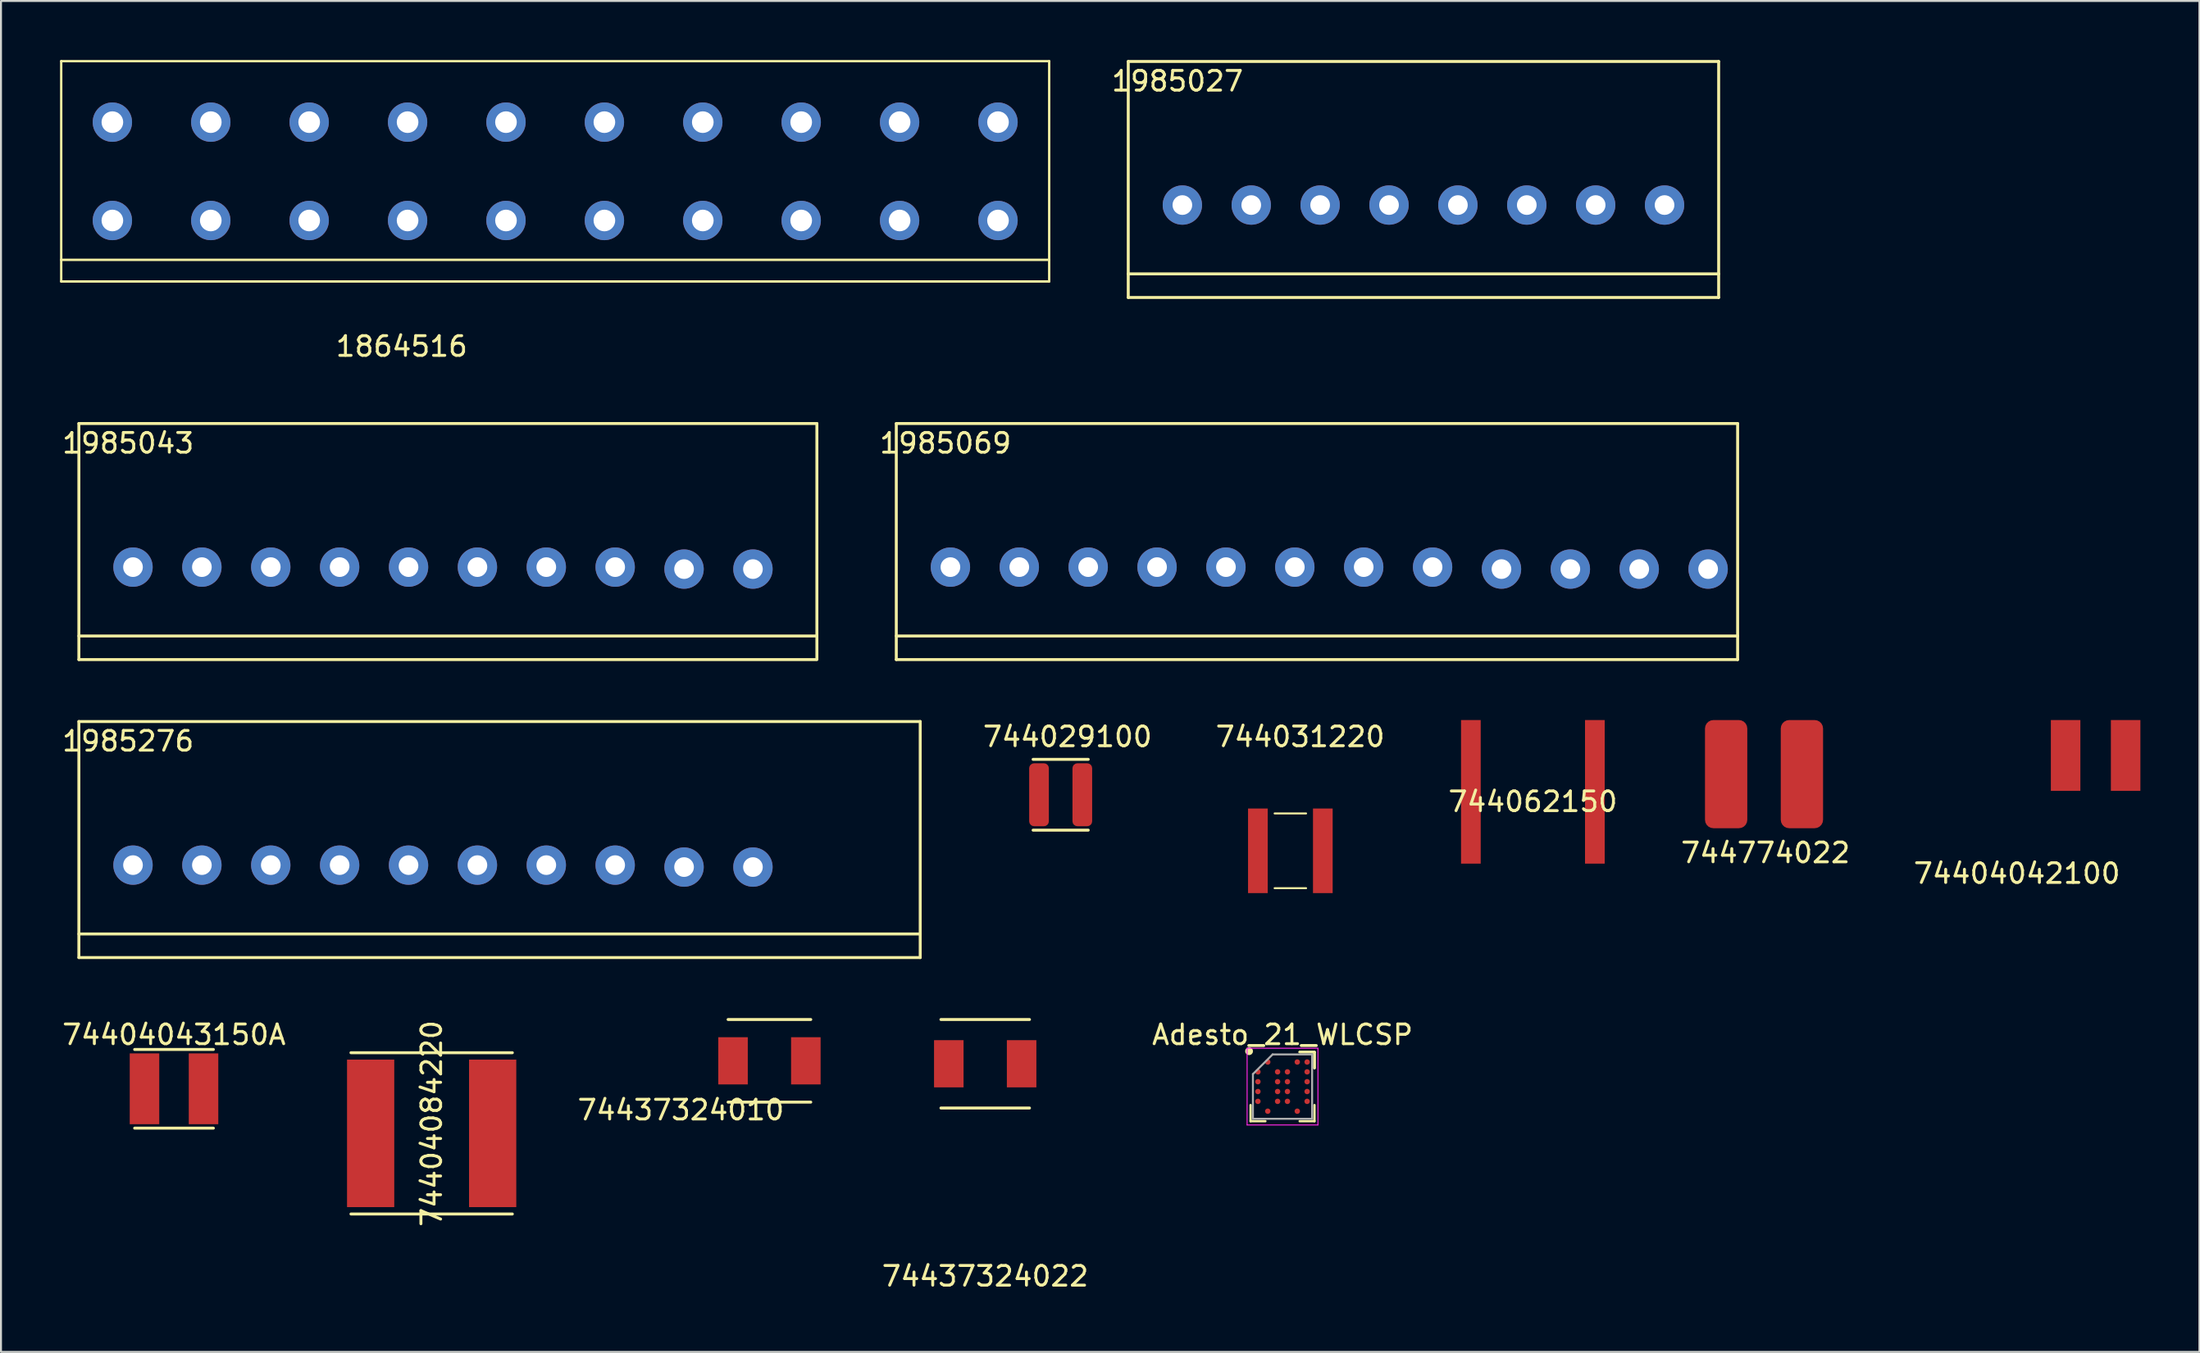
<source format=kicad_pcb>
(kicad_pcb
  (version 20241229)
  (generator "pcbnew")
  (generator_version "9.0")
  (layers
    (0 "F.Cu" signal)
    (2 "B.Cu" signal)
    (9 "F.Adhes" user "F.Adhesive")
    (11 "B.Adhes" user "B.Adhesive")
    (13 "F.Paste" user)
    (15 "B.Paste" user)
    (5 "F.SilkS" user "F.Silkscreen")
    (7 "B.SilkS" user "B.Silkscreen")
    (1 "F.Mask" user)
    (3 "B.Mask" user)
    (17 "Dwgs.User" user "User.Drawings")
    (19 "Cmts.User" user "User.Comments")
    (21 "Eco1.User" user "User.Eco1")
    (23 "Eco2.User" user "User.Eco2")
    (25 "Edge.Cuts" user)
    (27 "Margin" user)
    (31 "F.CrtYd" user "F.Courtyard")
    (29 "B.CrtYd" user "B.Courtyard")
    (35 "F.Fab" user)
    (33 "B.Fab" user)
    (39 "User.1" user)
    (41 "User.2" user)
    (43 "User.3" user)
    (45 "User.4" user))
  (footprint "1985069"
    (layer "F.Cu")
    (at 57.492 25.783)
    (property "Reference" "1985069" (at -12.5 -6.3 0) (layer "F.SilkS") (effects (font (size 1 1) (thickness 0.15))))
    (attr through_hole)
    (fp_line (start -15 -7.3) (end -15 4.7) (stroke (width 0.15) (type solid)) (layer "F.SilkS"))
    (fp_line (start -15 4.7) (end 27.75 4.7) (stroke (width 0.15) (type solid)) (layer "F.SilkS"))
    (fp_line (start 27.75 -7.3) (end -15 -7.3) (stroke (width 0.15) (type solid)) (layer "F.SilkS"))
    (fp_line (start 27.75 3.5) (end -15 3.5) (stroke (width 0.15) (type solid)) (layer "F.SilkS"))
    (fp_line (start 27.75 4.7) (end 27.75 -7.3) (stroke (width 0.15) (type solid)) (layer "F.SilkS"))
    (pad "1" thru_hole circle (at -12.25 0) (size 2 2) (drill 1) (layers "*.Cu" "*.Mask"))
    (pad "2" thru_hole circle (at -8.75 0) (size 2 2) (drill 1) (layers "*.Cu" "*.Mask"))
    (pad "3" thru_hole circle (at -5.25 0) (size 2 2) (drill 1) (layers "*.Cu" "*.Mask"))
    (pad "4" thru_hole circle (at -1.75 0) (size 2 2) (drill 1) (layers "*.Cu" "*.Mask"))
    (pad "5" thru_hole circle (at 1.75 0) (size 2 2) (drill 1) (layers "*.Cu" "*.Mask"))
    (pad "6" thru_hole circle (at 5.25 0) (size 2 2) (drill 1) (layers "*.Cu" "*.Mask"))
    (pad "7" thru_hole circle (at 8.75 0) (size 2 2) (drill 1) (layers "*.Cu" "*.Mask"))
    (pad "8" thru_hole circle (at 12.25 0) (size 2 2) (drill 1) (layers "*.Cu" "*.Mask"))
    (pad "9" thru_hole circle (at 15.75 0.1) (size 2 2) (drill 1) (layers "*.Cu" "*.Mask"))
    (pad "10" thru_hole circle (at 19.25 0.1) (size 2 2) (drill 1) (layers "*.Cu" "*.Mask"))
    (pad "11" thru_hole circle (at 22.75 0.1) (size 2 2) (drill 1) (layers "*.Cu" "*.Mask"))
    (pad "12" thru_hole circle (at 26.25 0.1) (size 2 2) (drill 1) (layers "*.Cu" "*.Mask")))
  (footprint "1985276"
    (layer "F.Cu")
    (at 15.958 40.933)
    (property "Reference" "1985276" (at -12.5 -6.3 0) (layer "F.SilkS") (effects (font (size 1 1) (thickness 0.15))))
    (attr through_hole)
    (fp_line (start -15 -7.3) (end -15 4.7) (stroke (width 0.15) (type solid)) (layer "F.SilkS"))
    (fp_line (start -15 4.7) (end 27.75 4.7) (stroke (width 0.15) (type solid)) (layer "F.SilkS"))
    (fp_line (start 27.75 -7.3) (end -15 -7.3) (stroke (width 0.15) (type solid)) (layer "F.SilkS"))
    (fp_line (start 27.75 3.5) (end -15 3.5) (stroke (width 0.15) (type solid)) (layer "F.SilkS"))
    (fp_line (start 27.75 4.7) (end 27.75 -7.3) (stroke (width 0.15) (type solid)) (layer "F.SilkS"))
    (pad "1" thru_hole circle (at -12.25 0) (size 2 2) (drill 1) (layers "*.Cu" "*.Mask"))
    (pad "2" thru_hole circle (at -8.75 0) (size 2 2) (drill 1) (layers "*.Cu" "*.Mask"))
    (pad "3" thru_hole circle (at -5.25 0) (size 2 2) (drill 1) (layers "*.Cu" "*.Mask"))
    (pad "4" thru_hole circle (at -1.75 0) (size 2 2) (drill 1) (layers "*.Cu" "*.Mask"))
    (pad "5" thru_hole circle (at 1.75 0) (size 2 2) (drill 1) (layers "*.Cu" "*.Mask"))
    (pad "6" thru_hole circle (at 5.25 0) (size 2 2) (drill 1) (layers "*.Cu" "*.Mask"))
    (pad "7" thru_hole circle (at 8.75 0) (size 2 2) (drill 1) (layers "*.Cu" "*.Mask"))
    (pad "8" thru_hole circle (at 12.25 0) (size 2 2) (drill 1) (layers "*.Cu" "*.Mask"))
    (pad "9" thru_hole circle (at 15.75 0.1) (size 2 2) (drill 1) (layers "*.Cu" "*.Mask"))
    (pad "10" thru_hole circle (at 19.25 0.1) (size 2 2) (drill 1) (layers "*.Cu" "*.Mask")))
  (footprint "74404042100"
    (layer "F.Cu")
    (at 103.432 35.358)
    (property "Reference" "74404042100" (at -4 6 0) (layer "F.SilkS") (effects (font (size 1 1) (thickness 0.15))))
    (attr through_hole)
    (pad "1" smd rect (at -1.525 0) (size 1.5 3.6) (layers "F.Cu" "F.Mask" "F.Paste"))
    (pad "2" smd rect (at 1.525 0) (size 1.5 3.6) (layers "F.Cu" "F.Mask" "F.Paste")))
  (footprint "74437324010"
    (layer "F.Cu")
    (at 36.046 50.883)
    (property "Reference" "74437324010" (at -4.5 2.5 0) (layer "F.SilkS") (effects (font (size 1 1) (thickness 0.15))))
    (attr smd)
    (fp_line (start -2.1 -2.1) (end 2.1 -2.1) (stroke (width 0.15) (type solid)) (layer "F.SilkS"))
    (fp_line (start -2.1 2.1) (end 2.1 2.1) (stroke (width 0.15) (type solid)) (layer "F.SilkS"))
    (pad "1" smd rect (at -1.85 0) (size 1.5 2.4) (layers "F.Cu" "F.Mask" "F.Paste"))
    (pad "2" smd rect (at 1.85 0) (size 1.5 2.4) (layers "F.Cu" "F.Mask" "F.Paste")))
  (footprint "1985043"
    (layer "F.Cu")
    (at 15.958 25.783)
    (property "Reference" "1985043" (at -12.5 -6.3 0) (layer "F.SilkS") (effects (font (size 1 1) (thickness 0.15))))
    (attr through_hole)
    (fp_line (start -15 -7.3) (end -15 4.7) (stroke (width 0.15) (type solid)) (layer "F.SilkS"))
    (fp_line (start -15 4.7) (end 22.45 4.7) (stroke (width 0.15) (type solid)) (layer "F.SilkS"))
    (fp_line (start 22.45 3.5) (end -15 3.5) (stroke (width 0.15) (type solid)) (layer "F.SilkS"))
    (fp_line (start 22.5 -7.3) (end -15 -7.3) (stroke (width 0.15) (type solid)) (layer "F.SilkS"))
    (fp_line (start 22.5 4.7) (end 22.5 -7.3) (stroke (width 0.15) (type solid)) (layer "F.SilkS"))
    (pad "1" thru_hole circle (at -12.25 0) (size 2 2) (drill 1) (layers "*.Cu" "*.Mask"))
    (pad "2" thru_hole circle (at -8.75 0) (size 2 2) (drill 1) (layers "*.Cu" "*.Mask"))
    (pad "3" thru_hole circle (at -5.25 0) (size 2 2) (drill 1) (layers "*.Cu" "*.Mask"))
    (pad "4" thru_hole circle (at -1.75 0) (size 2 2) (drill 1) (layers "*.Cu" "*.Mask"))
    (pad "5" thru_hole circle (at 1.75 0) (size 2 2) (drill 1) (layers "*.Cu" "*.Mask"))
    (pad "6" thru_hole circle (at 5.25 0) (size 2 2) (drill 1) (layers "*.Cu" "*.Mask"))
    (pad "7" thru_hole circle (at 8.75 0) (size 2 2) (drill 1) (layers "*.Cu" "*.Mask"))
    (pad "8" thru_hole circle (at 12.25 0) (size 2 2) (drill 1) (layers "*.Cu" "*.Mask"))
    (pad "9" thru_hole circle (at 15.75 0.1) (size 2 2) (drill 1) (layers "*.Cu" "*.Mask"))
    (pad "10" thru_hole circle (at 19.25 0.1) (size 2 2) (drill 1) (layers "*.Cu" "*.Mask")))
  (footprint "744029100"
    (layer "F.Cu")
    (at 50.844 37.356)
    (property "Reference" "744029100" (at 0.35 -2.95 0) (layer "F.SilkS") (effects (font (size 1 1) (thickness 0.15))))
    (attr smd)
    (fp_line (start -1.4 -1.8) (end 1.4 -1.8) (stroke (width 0.15) (type solid)) (layer "F.SilkS"))
    (fp_line (start -1.4 1.8) (end 1.4 1.8) (stroke (width 0.15) (type solid)) (layer "F.SilkS"))
    (pad "1" smd roundrect (at -1.1 0) (size 1 3.2) (layers "F.Cu" "F.Mask" "F.Paste") (roundrect_rratio 0.25))
    (pad "2" smd roundrect (at 1.1 0) (size 1 3.2) (layers "F.Cu" "F.Mask" "F.Paste") (roundrect_rratio 0.25)))
  (footprint "74437324022"
    (layer "F.Cu")
    (at 47.01 51.033)
    (property "Reference" "74437324022" (at 0 10.8 0) (layer "F.SilkS") (effects (font (size 1 1) (thickness 0.15))))
    (attr through_hole)
    (fp_line (start -2.25 -2.25) (end 2.25 -2.25) (stroke (width 0.15) (type solid)) (layer "F.SilkS"))
    (fp_line (start -2.25 2.25) (end 2.25 2.25) (stroke (width 0.15) (type solid)) (layer "F.SilkS"))
    (pad "1" smd rect (at 1.85 0) (size 1.5 2.4) (layers "F.Cu" "F.Mask" "F.Paste"))
    (pad "2" smd rect (at -1.85 0) (size 1.5 2.4) (layers "F.Cu" "F.Mask" "F.Paste")))
  (footprint "Adesto_21_WLCSP"
    (layer "F.Cu")
    (at 62.117 52.194)
    (property "Reference" "Adesto_21_WLCSP" (at 0 -2.638 0) (layer "F.SilkS") (effects (font (size 1 1) (thickness 0.15))))
    (attr smd)
    (fp_line (start -1.623 1.758) (end -1.623 0.939) (stroke (width 0.12) (type solid)) (layer "F.SilkS"))
    (fp_line (start -0.872 1.758) (end -1.623 1.758) (stroke (width 0.12) (type solid)) (layer "F.SilkS"))
    (fp_line (start 0.872 -1.758) (end 1.623 -1.758) (stroke (width 0.12) (type solid)) (layer "F.SilkS"))
    (fp_line (start 0.872 -1.758) (end 1.623 -1.758) (stroke (width 0.12) (type solid)) (layer "F.SilkS"))
    (fp_line (start 0.872 -1.758) (end 1.623 -1.758) (stroke (width 0.12) (type solid)) (layer "F.SilkS"))
    (fp_line (start 0.872 1.758) (end 1.623 1.758) (stroke (width 0.12) (type solid)) (layer "F.SilkS"))
    (fp_line (start 1.623 -1.758) (end 1.623 -0.939) (stroke (width 0.12) (type solid)) (layer "F.SilkS"))
    (fp_line (start 1.623 -1.758) (end 1.623 -0.939) (stroke (width 0.12) (type solid)) (layer "F.SilkS"))
    (fp_line (start 1.623 -1.758) (end 1.623 -0.939) (stroke (width 0.12) (type solid)) (layer "F.SilkS"))
    (fp_line (start 1.623 1.758) (end 1.623 0.939) (stroke (width 0.12) (type solid)) (layer "F.SilkS"))
    (fp_circle (center -1.7 -1.8) (end -1.7 -1.7) (stroke (width 0.2) (type solid)) (fill no) (layer "F.SilkS"))
    (fp_line (start -1.8 -1.95) (end 1.8 -1.95) (stroke (width 0.05) (type solid)) (layer "F.CrtYd"))
    (fp_line (start -1.8 1.95) (end -1.8 -1.95) (stroke (width 0.05) (type solid)) (layer "F.CrtYd"))
    (fp_line (start 1.8 -1.95) (end 1.8 1.95) (stroke (width 0.05) (type solid)) (layer "F.CrtYd"))
    (fp_line (start 1.8 1.95) (end -1.8 1.95) (stroke (width 0.05) (type solid)) (layer "F.CrtYd"))
    (fp_line (start -1.504 -0.637) (end -1.504 1.637) (stroke (width 0.1) (type solid)) (layer "F.Fab"))
    (fp_line (start -1.504 1.637) (end 1.504 1.637) (stroke (width 0.1) (type solid)) (layer "F.Fab"))
    (fp_line (start -0.503 -1.637) (end -1.504 -0.637) (stroke (width 0.1) (type solid)) (layer "F.Fab"))
    (fp_line (start 1.504 -1.637) (end -0.503 -1.637) (stroke (width 0.1) (type solid)) (layer "F.Fab"))
    (fp_line (start 1.504 1.637) (end 1.504 -1.637) (stroke (width 0.1) (type solid)) (layer "F.Fab"))
    (pad "A2" smd circle (at -0.75 -1.25) (size 0.275 0.275) (layers "F.Cu" "F.Mask" "F.Paste"))
    (pad "A5" smd circle (at 0.75 -1.25) (size 0.275 0.275) (layers "F.Cu" "F.Mask" "F.Paste"))
    (pad "A6" smd circle (at 1.25 -1.25) (size 0.275 0.275) (layers "F.Cu" "F.Mask" "F.Paste"))
    (pad "B1" smd circle (at -1.25 -0.75) (size 0.275 0.275) (layers "F.Cu" "F.Mask" "F.Paste"))
    (pad "B3" smd circle (at -0.25 -0.75) (size 0.275 0.275) (layers "F.Cu" "F.Mask" "F.Paste"))
    (pad "B4" smd circle (at 0.25 -0.75) (size 0.275 0.275) (layers "F.Cu" "F.Mask" "F.Paste"))
    (pad "B6" smd circle (at 1.25 -0.75) (size 0.275 0.275) (layers "F.Cu" "F.Mask" "F.Paste"))
    (pad "C1" smd circle (at -1.25 -0.25) (size 0.275 0.275) (layers "F.Cu" "F.Mask" "F.Paste"))
    (pad "C3" smd circle (at -0.25 -0.25) (size 0.275 0.275) (layers "F.Cu" "F.Mask" "F.Paste"))
    (pad "C4" smd circle (at 0.25 -0.25) (size 0.275 0.275) (layers "F.Cu" "F.Mask" "F.Paste"))
    (pad "C6" smd circle (at 1.25 -0.25) (size 0.275 0.275) (layers "F.Cu" "F.Mask" "F.Paste"))
    (pad "D1" smd circle (at -1.25 0.25) (size 0.275 0.275) (layers "F.Cu" "F.Mask" "F.Paste"))
    (pad "D3" smd circle (at -0.25 0.25) (size 0.275 0.275) (layers "F.Cu" "F.Mask" "F.Paste"))
    (pad "D4" smd circle (at 0.25 0.25) (size 0.275 0.275) (layers "F.Cu" "F.Mask" "F.Paste"))
    (pad "D6" smd circle (at 1.25 0.25) (size 0.275 0.275) (layers "F.Cu" "F.Mask" "F.Paste"))
    (pad "E1" smd circle (at -1.25 0.75) (size 0.275 0.275) (layers "F.Cu" "F.Mask" "F.Paste"))
    (pad "E3" smd circle (at -0.25 0.75) (size 0.275 0.275) (layers "F.Cu" "F.Mask" "F.Paste"))
    (pad "E4" smd circle (at 0.25 0.75) (size 0.275 0.275) (layers "F.Cu" "F.Mask" "F.Paste"))
    (pad "E6" smd circle (at 1.25 0.75) (size 0.275 0.275) (layers "F.Cu" "F.Mask" "F.Paste"))
    (pad "F2" smd circle (at -0.75 1.25) (size 0.275 0.275) (layers "F.Cu" "F.Mask" "F.Paste"))
    (pad "F5" smd circle (at 0.75 1.25) (size 0.275 0.275) (layers "F.Cu" "F.Mask" "F.Paste")))
  (footprint "1985027"
    (layer "F.Cu")
    (at 69.278 7.375)
    (property "Reference" "1985027" (at -12.5 -6.3 0) (layer "F.SilkS") (effects (font (size 1 1) (thickness 0.15))))
    (attr through_hole)
    (fp_line (start -15 -7.3) (end -15 4.7) (stroke (width 0.15) (type solid)) (layer "F.SilkS"))
    (fp_line (start -15 4.7) (end 15 4.7) (stroke (width 0.15) (type solid)) (layer "F.SilkS"))
    (fp_line (start 15 -7.3) (end -15 -7.3) (stroke (width 0.15) (type solid)) (layer "F.SilkS"))
    (fp_line (start 15 3.5) (end -15 3.5) (stroke (width 0.15) (type solid)) (layer "F.SilkS"))
    (fp_line (start 15 4.7) (end 15 -7.3) (stroke (width 0.15) (type solid)) (layer "F.SilkS"))
    (pad "1" thru_hole circle (at -12.25 0) (size 2 2) (drill 1) (layers "*.Cu" "*.Mask"))
    (pad "2" thru_hole circle (at -8.75 0) (size 2 2) (drill 1) (layers "*.Cu" "*.Mask"))
    (pad "3" thru_hole circle (at -5.25 0) (size 2 2) (drill 1) (layers "*.Cu" "*.Mask"))
    (pad "4" thru_hole circle (at -1.75 0) (size 2 2) (drill 1) (layers "*.Cu" "*.Mask"))
    (pad "5" thru_hole circle (at 1.75 0) (size 2 2) (drill 1) (layers "*.Cu" "*.Mask"))
    (pad "6" thru_hole circle (at 5.25 0) (size 2 2) (drill 1) (layers "*.Cu" "*.Mask"))
    (pad "7" thru_hole circle (at 8.75 0) (size 2 2) (drill 1) (layers "*.Cu" "*.Mask"))
    (pad "8" thru_hole circle (at 12.25 0) (size 2 2) (drill 1) (layers "*.Cu" "*.Mask")))
  (footprint "744774022"
    (layer "F.Cu")
    (at 86.583 36.308)
    (property "Reference" "744774022" (at 0.075 4 0) (layer "F.SilkS") (effects (font (size 1 1) (thickness 0.15))))
    (attr through_hole)
    (pad "1" smd roundrect (at -1.925 0) (size 2.15 5.5) (layers "F.Cu" "F.Mask" "F.Paste") (roundrect_rratio 0.2))
    (pad "2" smd roundrect (at 1.925 0) (size 2.15 5.5) (layers "F.Cu" "F.Mask" "F.Paste") (roundrect_rratio 0.2)))
  (footprint "1864516"
    (layer "F.Cu")
    (at 25.16 8.16)
    (property "Reference" "1864516" (at -7.8 6.4 0) (layer "F.SilkS") (effects (font (size 1 1) (thickness 0.15))))
    (attr through_hole)
    (fp_line (start -25.1 -8.1) (end 25.1 -8.1) (stroke (width 0.12) (type solid)) (layer "F.SilkS"))
    (fp_line (start -25.1 2) (end 25.1 2) (stroke (width 0.12) (type solid)) (layer "F.SilkS"))
    (fp_line (start -25.1 3.1) (end -25.1 -8.1) (stroke (width 0.12) (type solid)) (layer "F.SilkS"))
    (fp_line (start 25.1 -8.1) (end 25.1 3.1) (stroke (width 0.12) (type solid)) (layer "F.SilkS"))
    (fp_line (start 25.1 3.1) (end -25.1 3.1) (stroke (width 0.12) (type solid)) (layer "F.SilkS"))
    (pad "1" thru_hole circle (at -22.5 -5) (size 2 2) (drill 1.1) (layers "*.Cu" "*.Mask"))
    (pad "1" thru_hole circle (at -22.5 0) (size 2 2) (drill 1.1) (layers "*.Cu" "*.Mask"))
    (pad "2" thru_hole circle (at -17.5 -5) (size 2 2) (drill 1.1) (layers "*.Cu" "*.Mask"))
    (pad "2" thru_hole circle (at -17.5 0) (size 2 2) (drill 1.1) (layers "*.Cu" "*.Mask"))
    (pad "3" thru_hole circle (at -12.5 -5) (size 2 2) (drill 1.1) (layers "*.Cu" "*.Mask"))
    (pad "3" thru_hole circle (at -12.5 0) (size 2 2) (drill 1.1) (layers "*.Cu" "*.Mask"))
    (pad "4" thru_hole circle (at -7.5 -5) (size 2 2) (drill 1.1) (layers "*.Cu" "*.Mask"))
    (pad "4" thru_hole circle (at -7.5 0) (size 2 2) (drill 1.1) (layers "*.Cu" "*.Mask"))
    (pad "5" thru_hole circle (at -2.5 -5) (size 2 2) (drill 1.1) (layers "*.Cu" "*.Mask"))
    (pad "5" thru_hole circle (at -2.5 0) (size 2 2) (drill 1.1) (layers "*.Cu" "*.Mask"))
    (pad "6" thru_hole circle (at 2.5 -5) (size 2 2) (drill 1.1) (layers "*.Cu" "*.Mask"))
    (pad "6" thru_hole circle (at 2.5 0) (size 2 2) (drill 1.1) (layers "*.Cu" "*.Mask"))
    (pad "7" thru_hole circle (at 7.5 -5) (size 2 2) (drill 1.1) (layers "*.Cu" "*.Mask"))
    (pad "7" thru_hole circle (at 7.5 0) (size 2 2) (drill 1.1) (layers "*.Cu" "*.Mask"))
    (pad "8" thru_hole circle (at 12.5 -5) (size 2 2) (drill 1.1) (layers "*.Cu" "*.Mask"))
    (pad "8" thru_hole circle (at 12.5 0) (size 2 2) (drill 1.1) (layers "*.Cu" "*.Mask"))
    (pad "9" thru_hole circle (at 17.5 -5) (size 2 2) (drill 1.1) (layers "*.Cu" "*.Mask"))
    (pad "9" thru_hole circle (at 17.5 0) (size 2 2) (drill 1.1) (layers "*.Cu" "*.Mask"))
    (pad "10" thru_hole circle (at 22.5 -5) (size 2 2) (drill 1.1) (layers "*.Cu" "*.Mask"))
    (pad "10" thru_hole circle (at 22.5 0) (size 2 2) (drill 1.1) (layers "*.Cu" "*.Mask")))
  (footprint "744062150"
    (layer "F.Cu")
    (at 74.837 37.208)
    (property "Reference" "744062150" (at 0 0.5 0) (layer "F.SilkS") (effects (font (size 1 1) (thickness 0.15))))
    (attr through_hole)
    (pad "1" smd rect (at -3.15 0) (size 1 7.3) (layers "F.Cu" "F.Mask" "F.Paste"))
    (pad "2" smd custom (at 3.15 0) (size 1 7.3) (layers "F.Cu" "F.Mask" "F.Paste") (options (anchor rect)) (primitives)))
  (footprint "744031220"
    (layer "F.Cu")
    (at 62.515 40.206)
    (property "Reference" "744031220" (at 0.5 -5.8 0) (layer "F.SilkS") (effects (font (size 1 1) (thickness 0.15))))
    (attr smd)
    (fp_line (start -0.8 -1.9) (end 0.8 -1.9) (stroke (width 0.1) (type solid)) (layer "F.SilkS"))
    (fp_line (start -0.8 1.9) (end 0.8 1.9) (stroke (width 0.1) (type solid)) (layer "F.SilkS"))
    (pad "1" smd rect (at -1.65 0) (size 1 4.3) (layers "F.Cu" "F.Mask" "F.Paste"))
    (pad "2" smd rect (at 1.65 0) (size 1 4.3) (layers "F.Cu" "F.Mask" "F.Paste")))
  (footprint "74404084220"
    (layer "F.Cu")
    (at 18.883 54.571)
    (property "Reference" "74404084220" (at 0 -0.5 90) (layer "F.SilkS") (effects (font (size 1 1) (thickness 0.15))))
    (attr through_hole)
    (fp_line (start -4.1 -4.1) (end 4.1 -4.1) (stroke (width 0.15) (type solid)) (layer "F.SilkS"))
    (fp_line (start 4.1 4.1) (end -4.1 4.1) (stroke (width 0.15) (type solid)) (layer "F.SilkS"))
    (pad "1" smd rect (at -3.1 0) (size 2.4 7.5) (layers "F.Cu" "F.Mask" "F.Paste"))
    (pad "2" smd rect (at 3.1 0) (size 2.4 7.5) (layers "F.Cu" "F.Mask" "F.Paste")))
  (footprint "74404043150A"
    (layer "F.Cu")
    (at 5.792 52.306)
    (property "Reference" "74404043150A" (at 0 -2.75 0) (layer "F.SilkS") (effects (font (size 1 1) (thickness 0.15))))
    (attr through_hole)
    (fp_line (start -2 -2) (end 2 -2) (stroke (width 0.15) (type solid)) (layer "F.SilkS"))
    (fp_line (start 2 2) (end -2 2) (stroke (width 0.15) (type solid)) (layer "F.SilkS"))
    (pad "1" smd rect (at -1.5 0) (size 1.5 3.6) (layers "F.Cu" "F.Mask" "F.Paste"))
    (pad "2" smd rect (at 1.5 0) (size 1.5 3.6) (layers "F.Cu" "F.Mask" "F.Paste")))
  (gr_rect
    (start -3 -3)
    (end 108.707 65.681)
    (stroke (width 0.1) (type default))
    (fill no)
    (layer "Edge.Cuts")))
</source>
